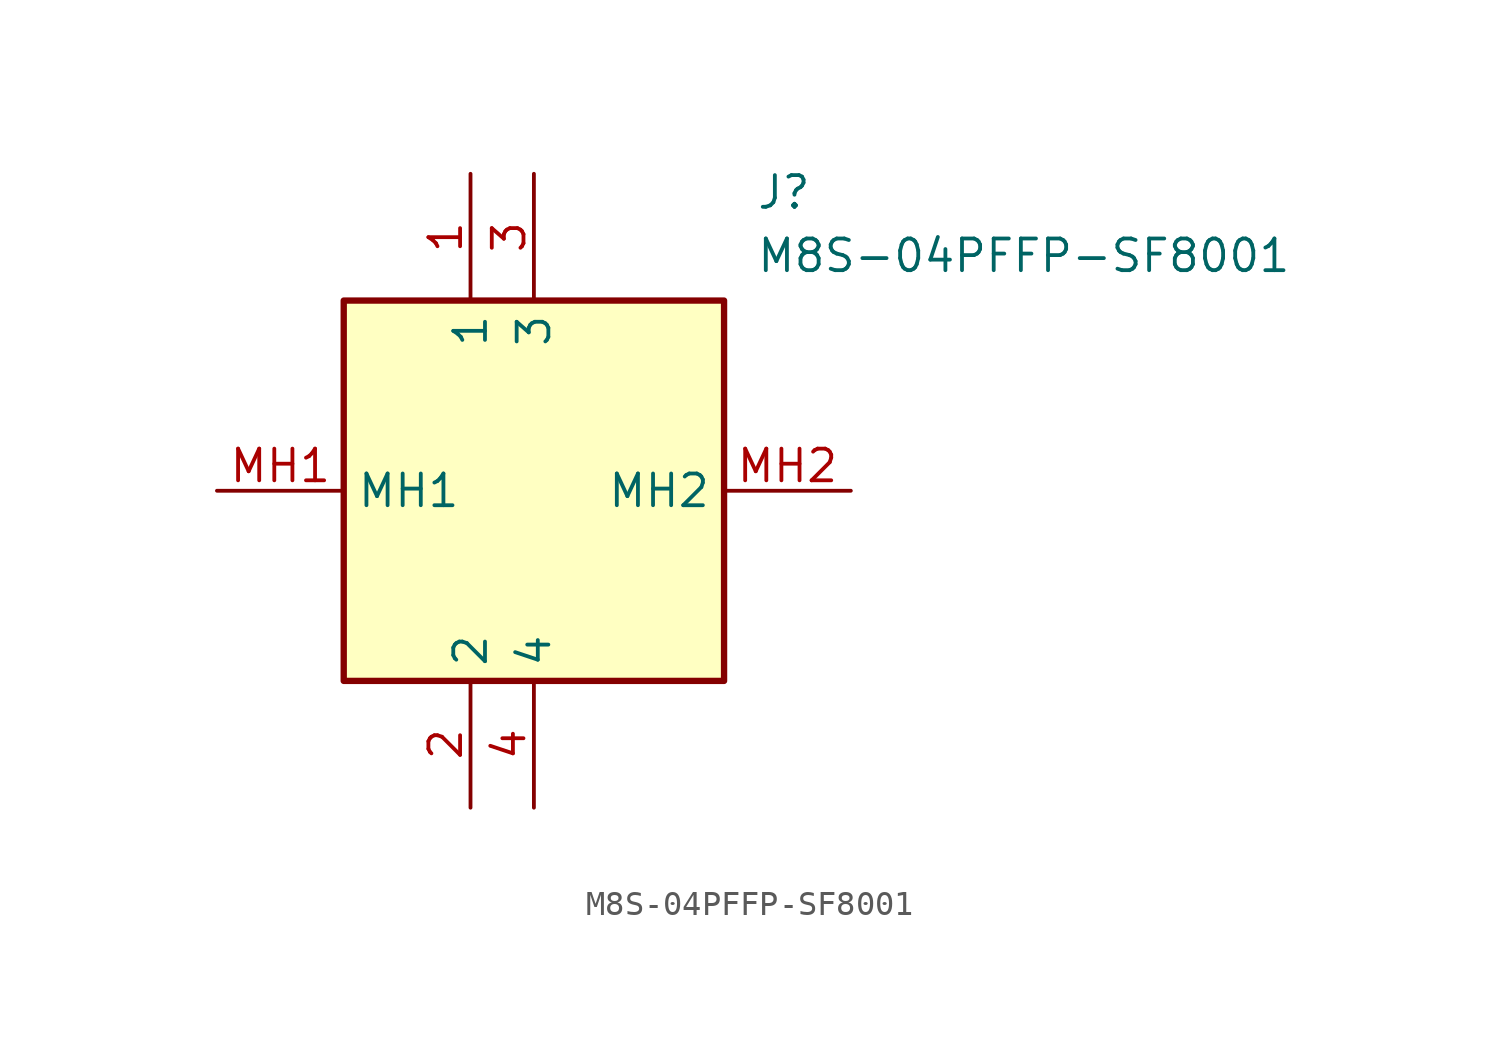
<source format=kicad_sym>
(kicad_symbol_lib
  (version 20211014)
  (generator SamacSys_ECAD_Model)
  (symbol "M8S-04PFFP-SF8001"
    (property "Reference" "J"
      (at 21.59 12.7 0)
      (effects (font (size 1.27 1.27)) (justify left top)))
    (property "Value" "M8S-04PFFP-SF8001"
      (at 21.59 10.16 0)
      (effects (font (size 1.27 1.27)) (justify left top)))
    (rectangle
      (start 5.08 7.62)
      (end 20.32 -7.62)
      (stroke (width 0.254) (type default))
      (fill (type background)))
    (pin passive line
      (at 10.16 12.7 270)
      (length 5.08)
      (name "1" (effects (font (size 1.27 1.27))))
      (number "1" (effects (font (size 1.27 1.27)))))
    (pin passive line
      (at 10.16 -12.7 90)
      (length 5.08)
      (name "2" (effects (font (size 1.27 1.27))))
      (number "2" (effects (font (size 1.27 1.27)))))
    (pin passive line
      (at 12.7 12.7 270)
      (length 5.08)
      (name "3" (effects (font (size 1.27 1.27))))
      (number "3" (effects (font (size 1.27 1.27)))))
    (pin passive line
      (at 12.7 -12.7 90)
      (length 5.08)
      (name "4" (effects (font (size 1.27 1.27))))
      (number "4" (effects (font (size 1.27 1.27)))))
    (pin passive line
      (at 0 0 0)
      (length 5.08)
      (name "MH1" (effects (font (size 1.27 1.27))))
      (number "MH1" (effects (font (size 1.27 1.27)))))
    (pin passive line
      (at 25.4 0 180)
      (length 5.08)
      (name "MH2" (effects (font (size 1.27 1.27))))
      (number "MH2" (effects (font (size 1.27 1.27)))))))
</source>
